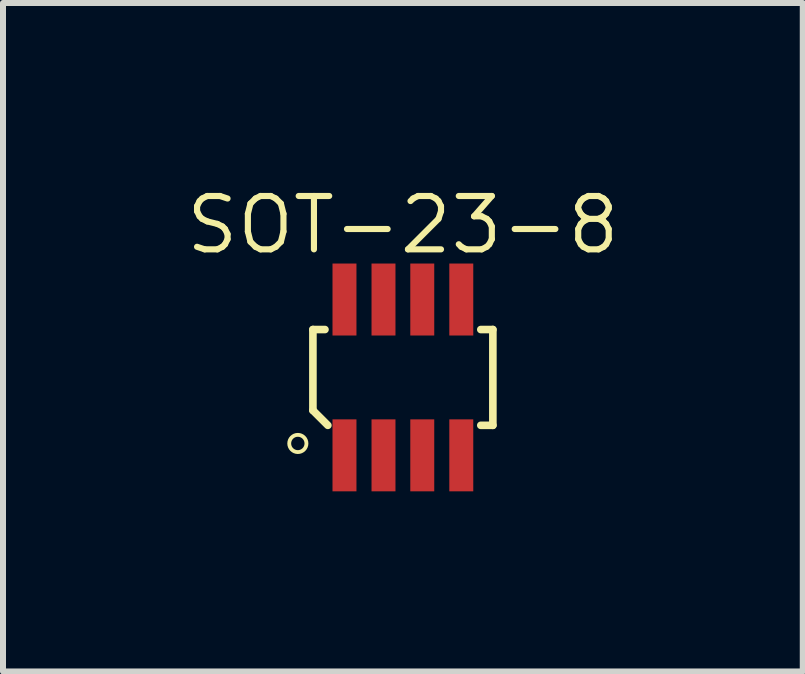
<source format=kicad_pcb>
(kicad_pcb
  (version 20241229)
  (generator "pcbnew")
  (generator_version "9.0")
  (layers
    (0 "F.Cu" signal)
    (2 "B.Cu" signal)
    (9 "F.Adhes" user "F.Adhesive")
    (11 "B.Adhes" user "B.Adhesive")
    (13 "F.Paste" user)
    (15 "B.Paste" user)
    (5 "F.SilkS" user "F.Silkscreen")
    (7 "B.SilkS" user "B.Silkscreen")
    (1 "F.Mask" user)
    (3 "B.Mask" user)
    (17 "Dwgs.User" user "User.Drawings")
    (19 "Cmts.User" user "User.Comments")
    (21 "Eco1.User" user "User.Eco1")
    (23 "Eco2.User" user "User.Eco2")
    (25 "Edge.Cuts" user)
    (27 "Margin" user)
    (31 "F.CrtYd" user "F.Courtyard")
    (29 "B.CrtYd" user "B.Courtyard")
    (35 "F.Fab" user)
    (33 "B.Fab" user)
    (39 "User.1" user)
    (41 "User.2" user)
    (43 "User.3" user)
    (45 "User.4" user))
  (footprint "SOT-23-8"
    (layer "F.Cu")
    (at 3.662 3.238)
    (property "Reference" "SOT-23-8" (at 0 -2.54 0) (layer "F.SilkS") (effects (font (size 0.889 0.889) (thickness 0.102))))
    (attr smd)
    (fp_line (start -1.499 -0.798) (end -1.298 -0.798) (stroke (width 0.127) (type solid)) (layer "F.SilkS"))
    (fp_line (start -1.499 0.549) (end -1.499 -0.798) (stroke (width 0.127) (type solid)) (layer "F.SilkS"))
    (fp_line (start -1.25 0.798) (end -1.499 0.549) (stroke (width 0.127) (type solid)) (layer "F.SilkS"))
    (fp_line (start 1.499 -0.798) (end 1.298 -0.798) (stroke (width 0.127) (type solid)) (layer "F.SilkS"))
    (fp_line (start 1.499 -0.798) (end 1.499 0.798) (stroke (width 0.127) (type solid)) (layer "F.SilkS"))
    (fp_line (start 1.499 0.798) (end 1.298 0.798) (stroke (width 0.127) (type solid)) (layer "F.SilkS"))
    (fp_circle (center -1.75 1.1) (end -1.852 1.201) (stroke (width 0.064) (type solid)) (fill no) (layer "F.SilkS"))
    (pad "1" smd rect (at -0.973 1.298 90) (size 1.199 0.399) (layers "F.Cu" "F.Mask" "F.Paste"))
    (pad "2" smd rect (at -0.323 1.298 90) (size 1.199 0.399) (layers "F.Cu" "F.Mask" "F.Paste"))
    (pad "3" smd rect (at 0.323 1.298 90) (size 1.199 0.399) (layers "F.Cu" "F.Mask" "F.Paste"))
    (pad "4" smd rect (at 0.973 1.298 90) (size 1.199 0.399) (layers "F.Cu" "F.Mask" "F.Paste"))
    (pad "5" smd rect (at 0.973 -1.298 90) (size 1.199 0.399) (layers "F.Cu" "F.Mask" "F.Paste"))
    (pad "6" smd rect (at 0.323 -1.298 90) (size 1.199 0.399) (layers "F.Cu" "F.Mask" "F.Paste"))
    (pad "7" smd rect (at -0.323 -1.298 90) (size 1.199 0.399) (layers "F.Cu" "F.Mask" "F.Paste"))
    (pad "8" smd rect (at -0.973 -1.298 90) (size 1.199 0.399) (layers "F.Cu" "F.Mask" "F.Paste")))
  (gr_rect
    (start -3 -3)
    (end 10.324 8.136)
    (stroke (width 0.1) (type default))
    (fill no)
    (layer "Edge.Cuts")))
</source>
